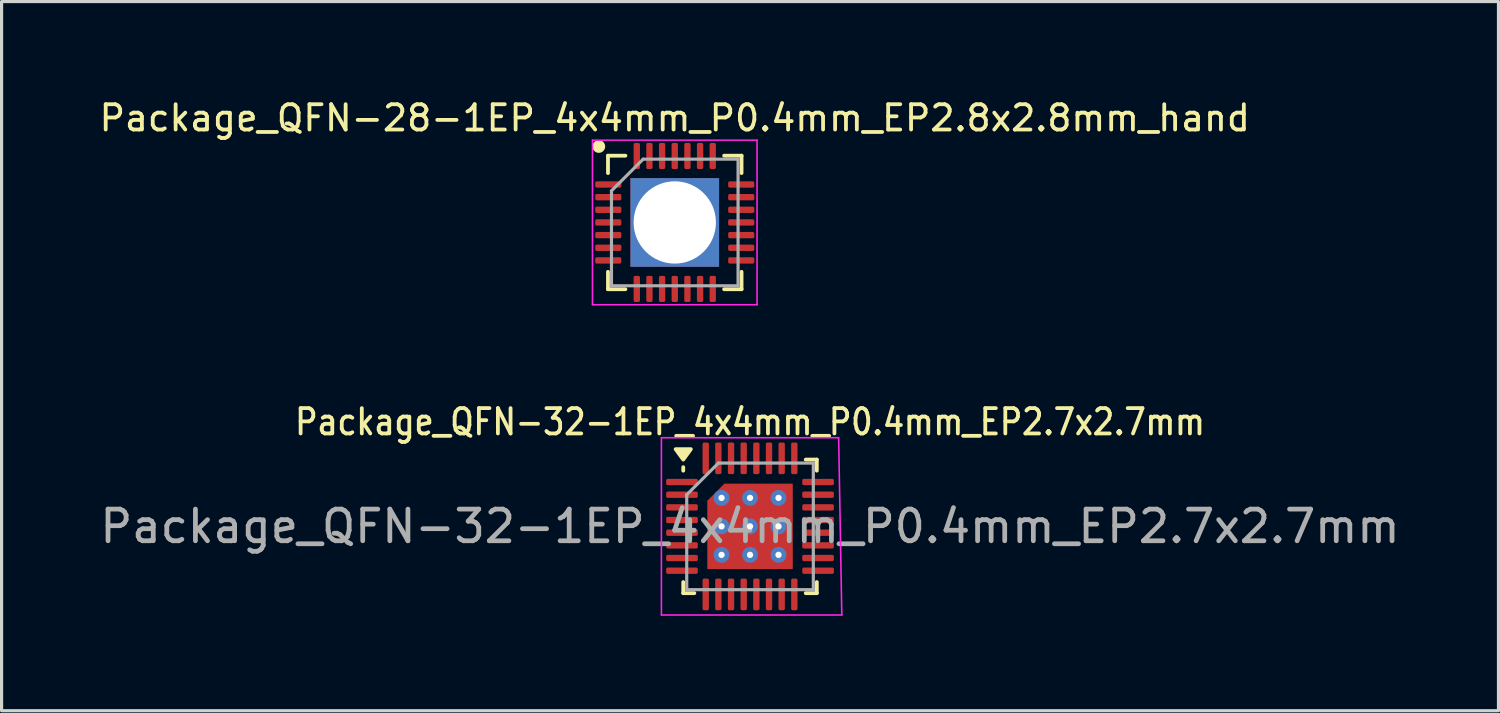
<source format=kicad_pcb>
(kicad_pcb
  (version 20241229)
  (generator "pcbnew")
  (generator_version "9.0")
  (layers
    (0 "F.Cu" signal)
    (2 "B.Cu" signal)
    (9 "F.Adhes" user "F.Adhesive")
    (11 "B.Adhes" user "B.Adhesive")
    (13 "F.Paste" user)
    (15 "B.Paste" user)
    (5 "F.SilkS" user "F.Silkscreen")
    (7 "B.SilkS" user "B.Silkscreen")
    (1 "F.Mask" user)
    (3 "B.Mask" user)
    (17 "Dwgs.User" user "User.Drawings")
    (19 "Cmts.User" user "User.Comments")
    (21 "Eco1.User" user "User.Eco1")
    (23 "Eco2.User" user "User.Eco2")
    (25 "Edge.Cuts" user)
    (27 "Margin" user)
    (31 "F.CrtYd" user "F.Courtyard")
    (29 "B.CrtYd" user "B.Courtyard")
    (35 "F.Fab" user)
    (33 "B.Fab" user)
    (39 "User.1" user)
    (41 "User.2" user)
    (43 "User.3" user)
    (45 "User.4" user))
  (footprint "Package_QFN-32-1EP_4x4mm_P0.4mm_EP2.7x2.7mm"
    (layer "F.Cu")
    (at 20.649 13.582)
    (property "Reference" "Package_QFN-32-1EP_4x4mm_P0.4mm_EP2.7x2.7mm" (at 0 -3.3 0) (layer "F.SilkS") (effects (font (size 0.8 0.7) (thickness 0.12) (bold yes))))
    (attr smd)
    (fp_line (start -2.11 -1.76) (end -2.11 -1.87) (stroke (width 0.12) (type solid)) (layer "F.SilkS"))
    (fp_line (start -2.11 2.11) (end -2.11 1.76) (stroke (width 0.12) (type solid)) (layer "F.SilkS"))
    (fp_line (start -1.76 2.11) (end -2.11 2.11) (stroke (width 0.12) (type solid)) (layer "F.SilkS"))
    (fp_line (start 1.76 -2.11) (end 2.11 -2.11) (stroke (width 0.12) (type solid)) (layer "F.SilkS"))
    (fp_line (start 1.76 2.11) (end 2.11 2.11) (stroke (width 0.12) (type solid)) (layer "F.SilkS"))
    (fp_line (start 2.11 -2.11) (end 2.11 -1.76) (stroke (width 0.12) (type solid)) (layer "F.SilkS"))
    (fp_line (start 2.11 2.11) (end 2.11 1.76) (stroke (width 0.12) (type solid)) (layer "F.SilkS"))
    (fp_poly (pts (xy -2.11 -2.11) (xy -2.35 -2.44) (xy -1.87 -2.44) (xy -2.11 -2.11)) (stroke (width 0.12) (type solid)) (fill yes) (layer "F.SilkS"))
    (fp_line (start -2.8 -2.8) (end -2.8 2.8) (stroke (width 0.05) (type solid)) (layer "F.CrtYd"))
    (fp_line (start -2.8 2.8) (end 2.9 2.8) (stroke (width 0.05) (type solid)) (layer "F.CrtYd"))
    (fp_line (start 2.8 -2.8) (end -2.8 -2.8) (stroke (width 0.05) (type solid)) (layer "F.CrtYd"))
    (fp_line (start 2.9 2.8) (end 2.8 -2.8) (stroke (width 0.05) (type solid)) (layer "F.CrtYd"))
    (fp_line (start -2 -1) (end -1 -2) (stroke (width 0.1) (type solid)) (layer "F.Fab"))
    (fp_line (start -2 2) (end -2 -1) (stroke (width 0.1) (type solid)) (layer "F.Fab"))
    (fp_line (start -1 -2) (end 2 -2) (stroke (width 0.1) (type solid)) (layer "F.Fab"))
    (fp_line (start 2 -2) (end 2 2) (stroke (width 0.1) (type solid)) (layer "F.Fab"))
    (fp_line (start 2 2) (end -2 2) (stroke (width 0.1) (type solid)) (layer "F.Fab"))
    (fp_text user "${REFERENCE}" (at 0 0 0) (layer "F.Fab") (effects (font (size 1 1) (thickness 0.15))))
    (pad "" smd roundrect (at -0.67 0.67) (size 1.06 1.06) (layers "F.Paste") (roundrect_rratio 0.214))
    (pad "" smd roundrect (at -0.595 -0.595) (size 0.91 0.91) (layers "F.Paste") (roundrect_rratio 0.214))
    (pad "" smd roundrect (at 0.67 -0.695) (size 1.06 1.11) (layers "F.Paste") (roundrect_rratio 0.214))
    (pad "" smd roundrect (at 0.67 0.67) (size 1.06 1.06) (layers "F.Paste") (roundrect_rratio 0.214))
    (pad "0" thru_hole circle (at -0.9 -0.9) (size 0.5 0.5) (drill 0.2) (property pad_prop_heatsink) (layers "*.Cu"))
    (pad "0" thru_hole circle (at -0.9 0) (size 0.5 0.5) (drill 0.2) (property pad_prop_heatsink) (layers "*.Cu"))
    (pad "0" thru_hole circle (at -0.9 0.9) (size 0.5 0.5) (drill 0.2) (property pad_prop_heatsink) (layers "*.Cu"))
    (pad "0" thru_hole circle (at 0 -0.9) (size 0.5 0.5) (drill 0.2) (property pad_prop_heatsink) (layers "*.Cu"))
    (pad "0" thru_hole circle (at 0 0) (size 0.5 0.5) (drill 0.2) (property pad_prop_heatsink) (layers "*.Cu"))
    (pad "0" smd roundrect (at 0 0) (size 2.7 2.7) (property pad_prop_heatsink) (layers "F.Cu" "F.Mask") (roundrect_rratio 0) (chamfer_ratio 0.2) (chamfer top_left))
    (pad "0" thru_hole circle (at 0 0.9) (size 0.5 0.5) (drill 0.2) (property pad_prop_heatsink) (layers "*.Cu"))
    (pad "0" thru_hole circle (at 0.9 -0.9) (size 0.5 0.5) (drill 0.2) (property pad_prop_heatsink) (layers "*.Cu"))
    (pad "0" thru_hole circle (at 0.9 0) (size 0.5 0.5) (drill 0.2) (property pad_prop_heatsink) (layers "*.Cu"))
    (pad "0" thru_hole circle (at 0.9 0.9) (size 0.5 0.5) (drill 0.2) (property pad_prop_heatsink) (layers "*.Cu"))
    (pad "1" smd roundrect (at -2.15 -1.4) (size 1 0.2) (layers "F.Cu" "F.Mask" "F.Paste") (roundrect_rratio 0.25))
    (pad "2" smd roundrect (at -2.15 -1) (size 1 0.2) (layers "F.Cu" "F.Mask" "F.Paste") (roundrect_rratio 0.25))
    (pad "3" smd roundrect (at -2.15 -0.6) (size 1 0.2) (layers "F.Cu" "F.Mask" "F.Paste") (roundrect_rratio 0.25))
    (pad "4" smd roundrect (at -2.15 -0.2) (size 1 0.2) (layers "F.Cu" "F.Mask" "F.Paste") (roundrect_rratio 0.25))
    (pad "5" smd roundrect (at -2.15 0.2) (size 1 0.2) (layers "F.Cu" "F.Mask" "F.Paste") (roundrect_rratio 0.25))
    (pad "6" smd roundrect (at -2.15 0.6) (size 1 0.2) (layers "F.Cu" "F.Mask" "F.Paste") (roundrect_rratio 0.25))
    (pad "7" smd roundrect (at -2.15 1) (size 1 0.2) (layers "F.Cu" "F.Mask" "F.Paste") (roundrect_rratio 0.25))
    (pad "8" smd roundrect (at -2.15 1.4) (size 1 0.2) (layers "F.Cu" "F.Mask" "F.Paste") (roundrect_rratio 0.25))
    (pad "9" smd roundrect (at -1.4 2.15) (size 0.2 1) (layers "F.Cu" "F.Mask" "F.Paste") (roundrect_rratio 0.25))
    (pad "10" smd roundrect (at -1 2.15) (size 0.2 1) (layers "F.Cu" "F.Mask" "F.Paste") (roundrect_rratio 0.25))
    (pad "11" smd roundrect (at -0.6 2.15) (size 0.2 1) (layers "F.Cu" "F.Mask" "F.Paste") (roundrect_rratio 0.25))
    (pad "12" smd roundrect (at -0.2 2.15) (size 0.2 1) (layers "F.Cu" "F.Mask" "F.Paste") (roundrect_rratio 0.25))
    (pad "13" smd roundrect (at 0.2 2.15) (size 0.2 1) (layers "F.Cu" "F.Mask" "F.Paste") (roundrect_rratio 0.25))
    (pad "14" smd roundrect (at 0.6 2.15) (size 0.2 1) (layers "F.Cu" "F.Mask" "F.Paste") (roundrect_rratio 0.25))
    (pad "15" smd roundrect (at 1 2.15) (size 0.2 1) (layers "F.Cu" "F.Mask" "F.Paste") (roundrect_rratio 0.25))
    (pad "16" smd roundrect (at 1.4 2.15) (size 0.2 1) (layers "F.Cu" "F.Mask" "F.Paste") (roundrect_rratio 0.25))
    (pad "17" smd roundrect (at 2.15 1.4) (size 1 0.2) (layers "F.Cu" "F.Mask" "F.Paste") (roundrect_rratio 0.25))
    (pad "18" smd roundrect (at 2.15 1) (size 1 0.2) (layers "F.Cu" "F.Mask" "F.Paste") (roundrect_rratio 0.25))
    (pad "19" smd roundrect (at 2.15 0.6) (size 1 0.2) (layers "F.Cu" "F.Mask" "F.Paste") (roundrect_rratio 0.25))
    (pad "20" smd roundrect (at 2.15 0.2) (size 1 0.2) (layers "F.Cu" "F.Mask" "F.Paste") (roundrect_rratio 0.25))
    (pad "21" smd roundrect (at 2.15 -0.2) (size 1 0.2) (layers "F.Cu" "F.Mask" "F.Paste") (roundrect_rratio 0.25))
    (pad "22" smd roundrect (at 2.15 -0.6) (size 1 0.2) (layers "F.Cu" "F.Mask" "F.Paste") (roundrect_rratio 0.25))
    (pad "23" smd roundrect (at 2.15 -1) (size 1 0.2) (layers "F.Cu" "F.Mask" "F.Paste") (roundrect_rratio 0.25))
    (pad "24" smd roundrect (at 2.15 -1.4) (size 1 0.2) (layers "F.Cu" "F.Mask" "F.Paste") (roundrect_rratio 0.25))
    (pad "25" smd roundrect (at 1.4 -2.15) (size 0.2 1) (layers "F.Cu" "F.Mask" "F.Paste") (roundrect_rratio 0.25))
    (pad "26" smd roundrect (at 1 -2.15) (size 0.2 1) (layers "F.Cu" "F.Mask" "F.Paste") (roundrect_rratio 0.25))
    (pad "27" smd roundrect (at 0.6 -2.15) (size 0.2 1) (layers "F.Cu" "F.Mask" "F.Paste") (roundrect_rratio 0.25))
    (pad "28" smd roundrect (at 0.2 -2.15) (size 0.2 1) (layers "F.Cu" "F.Mask" "F.Paste") (roundrect_rratio 0.25))
    (pad "29" smd roundrect (at -0.2 -2.15) (size 0.2 1) (layers "F.Cu" "F.Mask" "F.Paste") (roundrect_rratio 0.25))
    (pad "30" smd roundrect (at -0.6 -2.15) (size 0.2 1) (layers "F.Cu" "F.Mask" "F.Paste") (roundrect_rratio 0.25))
    (pad "31" smd roundrect (at -1 -2.15) (size 0.2 1) (layers "F.Cu" "F.Mask" "F.Paste") (roundrect_rratio 0.25))
    (pad "32" smd roundrect (at -1.4 -2.15) (size 0.2 1) (layers "F.Cu" "F.Mask" "F.Paste") (roundrect_rratio 0.25)))
  (footprint "Package_QFN-28-1EP_4x4mm_P0.4mm_EP2.8x2.8mm_hand"
    (layer "F.Cu")
    (at 18.271 3.979)
    (property "Reference" "Package_QFN-28-1EP_4x4mm_P0.4mm_EP2.8x2.8mm_hand" (at 0 -3.3 0) (layer "F.SilkS") (effects (font (size 0.8 0.8) (thickness 0.12))))
    (attr smd)
    (fp_line (start -2.11 -2.11) (end -2.11 -1.56) (stroke (width 0.12) (type solid)) (layer "F.SilkS"))
    (fp_line (start -2.11 2.11) (end -2.11 1.56) (stroke (width 0.12) (type solid)) (layer "F.SilkS"))
    (fp_line (start -1.56 -2.11) (end -2.11 -2.11) (stroke (width 0.12) (type solid)) (layer "F.SilkS"))
    (fp_line (start -1.56 2.11) (end -2.11 2.11) (stroke (width 0.12) (type solid)) (layer "F.SilkS"))
    (fp_line (start 1.56 -2.11) (end 2.11 -2.11) (stroke (width 0.12) (type solid)) (layer "F.SilkS"))
    (fp_line (start 1.56 2.11) (end 2.11 2.11) (stroke (width 0.12) (type solid)) (layer "F.SilkS"))
    (fp_line (start 2.11 -2.11) (end 2.11 -1.56) (stroke (width 0.12) (type solid)) (layer "F.SilkS"))
    (fp_line (start 2.11 2.11) (end 2.11 1.56) (stroke (width 0.12) (type solid)) (layer "F.SilkS"))
    (fp_circle (center -2.4 -2.4) (end -2.259 -2.4) (stroke (width 0.12) (type solid)) (fill yes) (layer "F.SilkS"))
    (fp_line (start -2.6 -2.6) (end -2.6 2.6) (stroke (width 0.05) (type solid)) (layer "F.CrtYd"))
    (fp_line (start -2.6 2.6) (end 2.6 2.6) (stroke (width 0.05) (type solid)) (layer "F.CrtYd"))
    (fp_line (start 2.6 -2.6) (end -2.6 -2.6) (stroke (width 0.05) (type solid)) (layer "F.CrtYd"))
    (fp_line (start 2.6 2.6) (end 2.6 -2.6) (stroke (width 0.05) (type solid)) (layer "F.CrtYd"))
    (fp_line (start -2 -1) (end -1 -2) (stroke (width 0.1) (type solid)) (layer "F.Fab"))
    (fp_line (start -2 2) (end -2 -1) (stroke (width 0.1) (type solid)) (layer "F.Fab"))
    (fp_line (start -1 -2) (end 2 -2) (stroke (width 0.1) (type solid)) (layer "F.Fab"))
    (fp_line (start 2 -2) (end 2 2) (stroke (width 0.1) (type solid)) (layer "F.Fab"))
    (fp_line (start 2 2) (end -2 2) (stroke (width 0.1) (type solid)) (layer "F.Fab"))
    (pad "0" thru_hole rect (at 0 0) (size 2.8 2.8) (drill 2.6) (layers "*.Cu" "*.Mask"))
    (pad "1" smd roundrect (at -2.1 -1.2) (size 0.825 0.2) (layers "F.Cu" "F.Mask" "F.Paste") (roundrect_rratio 0.25))
    (pad "2" smd roundrect (at -2.1 -0.8) (size 0.825 0.2) (layers "F.Cu" "F.Mask" "F.Paste") (roundrect_rratio 0.25))
    (pad "3" smd roundrect (at -2.1 -0.4) (size 0.825 0.2) (layers "F.Cu" "F.Mask" "F.Paste") (roundrect_rratio 0.25))
    (pad "4" smd roundrect (at -2.1 0) (size 0.825 0.2) (layers "F.Cu" "F.Mask" "F.Paste") (roundrect_rratio 0.25))
    (pad "5" smd roundrect (at -2.1 0.4) (size 0.825 0.2) (layers "F.Cu" "F.Mask" "F.Paste") (roundrect_rratio 0.25))
    (pad "6" smd roundrect (at -2.1 0.8) (size 0.825 0.2) (layers "F.Cu" "F.Mask" "F.Paste") (roundrect_rratio 0.25))
    (pad "7" smd roundrect (at -2.1 1.2) (size 0.825 0.2) (layers "F.Cu" "F.Mask" "F.Paste") (roundrect_rratio 0.25))
    (pad "8" smd roundrect (at -1.2 2.1) (size 0.2 0.825) (layers "F.Cu" "F.Mask" "F.Paste") (roundrect_rratio 0.25))
    (pad "9" smd roundrect (at -0.8 2.1) (size 0.2 0.825) (layers "F.Cu" "F.Mask" "F.Paste") (roundrect_rratio 0.25))
    (pad "10" smd roundrect (at -0.4 2.1) (size 0.2 0.825) (layers "F.Cu" "F.Mask" "F.Paste") (roundrect_rratio 0.25))
    (pad "11" smd roundrect (at 0 2.1) (size 0.2 0.825) (layers "F.Cu" "F.Mask" "F.Paste") (roundrect_rratio 0.25))
    (pad "12" smd roundrect (at 0.4 2.1) (size 0.2 0.825) (layers "F.Cu" "F.Mask" "F.Paste") (roundrect_rratio 0.25))
    (pad "13" smd roundrect (at 0.8 2.1) (size 0.2 0.825) (layers "F.Cu" "F.Mask" "F.Paste") (roundrect_rratio 0.25))
    (pad "14" smd roundrect (at 1.2 2.1) (size 0.2 0.825) (layers "F.Cu" "F.Mask" "F.Paste") (roundrect_rratio 0.25))
    (pad "15" smd roundrect (at 2.1 1.2) (size 0.825 0.2) (layers "F.Cu" "F.Mask" "F.Paste") (roundrect_rratio 0.25))
    (pad "16" smd roundrect (at 2.1 0.8) (size 0.825 0.2) (layers "F.Cu" "F.Mask" "F.Paste") (roundrect_rratio 0.25))
    (pad "17" smd roundrect (at 2.1 0.4) (size 0.825 0.2) (layers "F.Cu" "F.Mask" "F.Paste") (roundrect_rratio 0.25))
    (pad "18" smd roundrect (at 2.1 0) (size 0.825 0.2) (layers "F.Cu" "F.Mask" "F.Paste") (roundrect_rratio 0.25))
    (pad "19" smd roundrect (at 2.1 -0.4) (size 0.825 0.2) (layers "F.Cu" "F.Mask" "F.Paste") (roundrect_rratio 0.25))
    (pad "20" smd roundrect (at 2.1 -0.8) (size 0.825 0.2) (layers "F.Cu" "F.Mask" "F.Paste") (roundrect_rratio 0.25))
    (pad "21" smd roundrect (at 2.1 -1.2) (size 0.825 0.2) (layers "F.Cu" "F.Mask" "F.Paste") (roundrect_rratio 0.25))
    (pad "22" smd roundrect (at 1.2 -2.1) (size 0.2 0.825) (layers "F.Cu" "F.Mask" "F.Paste") (roundrect_rratio 0.25))
    (pad "23" smd roundrect (at 0.8 -2.1) (size 0.2 0.825) (layers "F.Cu" "F.Mask" "F.Paste") (roundrect_rratio 0.25))
    (pad "24" smd roundrect (at 0.4 -2.1) (size 0.2 0.825) (layers "F.Cu" "F.Mask" "F.Paste") (roundrect_rratio 0.25))
    (pad "25" smd roundrect (at 0 -2.1) (size 0.2 0.825) (layers "F.Cu" "F.Mask" "F.Paste") (roundrect_rratio 0.25))
    (pad "26" smd roundrect (at -0.4 -2.1) (size 0.2 0.825) (layers "F.Cu" "F.Mask" "F.Paste") (roundrect_rratio 0.25))
    (pad "27" smd roundrect (at -0.8 -2.1) (size 0.2 0.825) (layers "F.Cu" "F.Mask" "F.Paste") (roundrect_rratio 0.25))
    (pad "28" smd roundrect (at -1.2 -2.1) (size 0.2 0.825) (layers "F.Cu" "F.Mask" "F.Paste") (roundrect_rratio 0.25)))
  (gr_rect
    (start -3 -3)
    (end 44.298 19.407)
    (stroke (width 0.1) (type default))
    (fill no)
    (layer "Edge.Cuts")))
</source>
